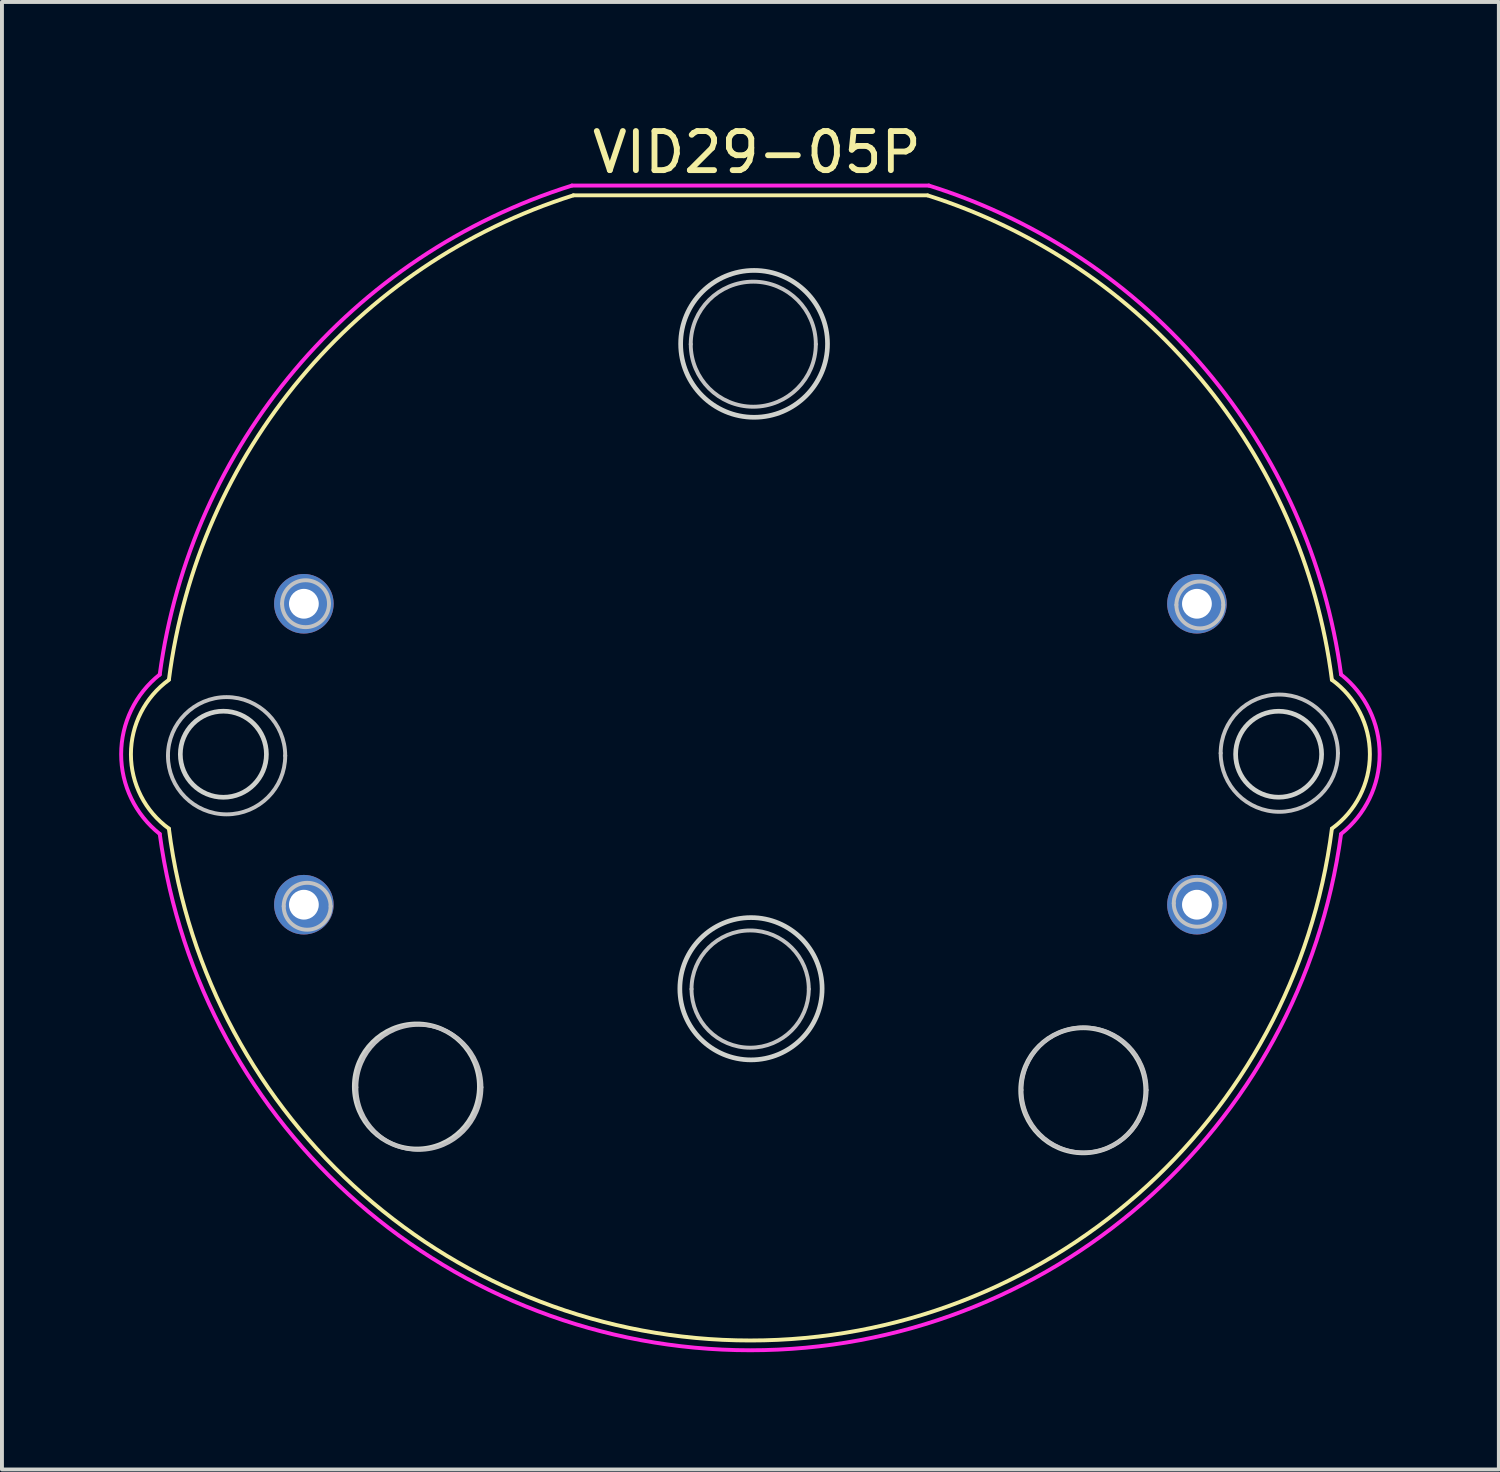
<source format=kicad_pcb>
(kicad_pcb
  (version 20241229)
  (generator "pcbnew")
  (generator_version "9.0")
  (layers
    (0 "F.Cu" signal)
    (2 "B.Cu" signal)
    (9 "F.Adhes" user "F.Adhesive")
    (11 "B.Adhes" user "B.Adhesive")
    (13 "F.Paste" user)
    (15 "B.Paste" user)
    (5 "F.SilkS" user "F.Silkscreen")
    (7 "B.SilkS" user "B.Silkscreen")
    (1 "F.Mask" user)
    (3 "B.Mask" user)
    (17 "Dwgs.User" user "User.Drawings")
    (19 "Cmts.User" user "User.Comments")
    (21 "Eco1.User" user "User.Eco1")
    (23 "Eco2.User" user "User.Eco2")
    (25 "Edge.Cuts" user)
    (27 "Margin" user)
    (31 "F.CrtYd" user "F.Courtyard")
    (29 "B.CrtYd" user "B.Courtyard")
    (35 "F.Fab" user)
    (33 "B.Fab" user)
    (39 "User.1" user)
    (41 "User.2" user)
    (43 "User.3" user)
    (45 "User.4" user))
  (footprint "VID29-05P"
    (layer "F.Cu")
    (at 16.165 16.248)
    (property "Reference" "VID29-05P" (at 0.15 -15.4 0) (layer "F.SilkS") (effects (font (size 1 1) (thickness 0.15))))
    (attr through_hole)
    (fp_line (start -4.544 -14.3) (end 4.514 -14.3) (stroke (width 0.1) (type solid)) (layer "F.SilkS"))
    (fp_arc (start -14.892514 -1.912994) (mid -11.526329 -9.617135) (end -4.543796 -14.299999) (stroke (width 0.1) (type solid)) (layer "F.SilkS"))
    (fp_arc (start -14.892154 1.904192) (mid -15.865 0.001014) (end -14.893796 -1.903003) (stroke (width 0.1) (type solid)) (layer "F.SilkS"))
    (fp_arc (start 4.523398 -14.296955) (mid 11.502785 -9.609402) (end 14.863796 -1.903003) (stroke (width 0.1) (type solid)) (layer "F.SilkS"))
    (fp_arc (start 14.862154 -1.904192) (mid 15.835 -0.001014) (end 14.863796 1.903003) (stroke (width 0.1) (type solid)) (layer "F.SilkS"))
    (fp_arc (start 14.863036 1.908935) (mid -0.01799 14.999999) (end -14.893796 1.903003) (stroke (width 0.1) (type solid)) (layer "F.SilkS"))
    (fp_arc (start -14.917391 0.038334) (mid -13.417391 -1.461666) (end -11.917391 0.038334) (stroke (width 0.1) (type solid)) (layer "Dwgs.User"))
    (fp_arc (start -11.997173 -3.851449) (mid -11.397173 -4.451449) (end -10.797173 -3.851449) (stroke (width 0.1) (type solid)) (layer "Dwgs.User"))
    (fp_arc (start -11.955869 3.889856) (mid -11.355869 3.289856) (end -10.755869 3.889856) (stroke (width 0.1) (type solid)) (layer "Dwgs.User"))
    (fp_arc (start -11.917391 0.038334) (mid -13.417391 1.538334) (end -14.917391 0.038334) (stroke (width 0.1) (type solid)) (layer "Dwgs.User"))
    (fp_arc (start -10.797173 -3.851449) (mid -11.397173 -3.251449) (end -11.997173 -3.851449) (stroke (width 0.1) (type solid)) (layer "Dwgs.User"))
    (fp_arc (start -10.755869 3.889856) (mid -11.355869 4.489856) (end -11.955869 3.889856) (stroke (width 0.1) (type solid)) (layer "Dwgs.User"))
    (fp_arc (start -10.096506 8.522767) (mid -8.496506 6.922767) (end -6.896506 8.522767) (stroke (width 0.1) (type solid)) (layer "Dwgs.User"))
    (fp_arc (start -6.896506 8.522767) (mid -8.496506 10.122767) (end -10.096506 8.522767) (stroke (width 0.1) (type solid)) (layer "Dwgs.User"))
    (fp_arc (start -1.541304 -10.491246) (mid 0.058696 -12.091246) (end 1.658696 -10.491246) (stroke (width 0.1) (type solid)) (layer "Dwgs.User"))
    (fp_arc (start -1.521506 6.00875) (mid -0.021506 4.50875) (end 1.478494 6.00875) (stroke (width 0.1) (type solid)) (layer "Dwgs.User"))
    (fp_arc (start 1.478494 6.00875) (mid -0.021506 7.50875) (end -1.521506 6.00875) (stroke (width 0.1) (type solid)) (layer "Dwgs.User"))
    (fp_arc (start 1.658696 -10.491246) (mid 0.058696 -8.891246) (end -1.541304 -10.491246) (stroke (width 0.1) (type solid)) (layer "Dwgs.User"))
    (fp_arc (start 6.921972 8.591246) (mid 8.521972 6.991246) (end 10.121972 8.591246) (stroke (width 0.1) (type solid)) (layer "Dwgs.User"))
    (fp_arc (start 10.121972 8.591246) (mid 8.521972 10.191246) (end 6.921972 8.591246) (stroke (width 0.1) (type solid)) (layer "Dwgs.User"))
    (fp_arc (start 10.816957 3.812682) (mid 11.416957 3.212682) (end 12.016957 3.812682) (stroke (width 0.1) (type solid)) (layer "Dwgs.User"))
    (fp_arc (start 10.884348 -3.819927) (mid 11.484348 -4.419927) (end 12.084348 -3.819927) (stroke (width 0.1) (type solid)) (layer "Dwgs.User"))
    (fp_arc (start 12.016957 3.812682) (mid 11.416957 4.412682) (end 10.816957 3.812682) (stroke (width 0.1) (type solid)) (layer "Dwgs.User"))
    (fp_arc (start 12.017392 -0.026884) (mid 13.517392 -1.526884) (end 15.017392 -0.026884) (stroke (width 0.1) (type solid)) (layer "Dwgs.User"))
    (fp_arc (start 12.084348 -3.819927) (mid 11.484348 -3.219927) (end 10.884348 -3.819927) (stroke (width 0.1) (type solid)) (layer "Dwgs.User"))
    (fp_arc (start 15.017392 -0.026884) (mid 13.517392 1.473116) (end 12.017392 -0.026884) (stroke (width 0.1) (type solid)) (layer "Dwgs.User"))
    (fp_circle (center -13.5 0) (end -12.65 0.7) (stroke (width 0.12) (type solid)) (fill no) (layer "Edge.Cuts"))
    (fp_circle (center -8.55 8.5) (end -6.95 8.5) (stroke (width 0.12) (type solid)) (fill no) (layer "Edge.Cuts"))
    (fp_circle (center 0 6) (end 1.45 7.1) (stroke (width 0.12) (type solid)) (fill no) (layer "Edge.Cuts"))
    (fp_circle (center 0.079 -10.5) (end 1.779 -9.7) (stroke (width 0.12) (type solid)) (fill no) (layer "Edge.Cuts"))
    (fp_circle (center 8.5 8.6) (end 10.1 8.6) (stroke (width 0.12) (type solid)) (fill no) (layer "Edge.Cuts"))
    (fp_circle (center 13.5 0) (end 14.6 0) (stroke (width 0.12) (type solid)) (fill no) (layer "Edge.Cuts"))
    (fp_line (start -4.582 -14.55) (end 4.552 -14.55) (stroke (width 0.1) (type solid)) (layer "F.CrtYd"))
    (fp_arc (start -15.128461 -2.036121) (mid -11.676137 -9.827531) (end -4.582274 -14.55) (stroke (width 0.1) (type solid)) (layer "F.CrtYd"))
    (fp_arc (start -15.128355 2.038892) (mid -16.114999 -0.000191) (end -15.128055 -2.03913) (stroke (width 0.1) (type solid)) (layer "F.CrtYd"))
    (fp_arc (start 4.549377 -14.550909) (mid 11.64418 -9.829853) (end 15.098055 -2.03913) (stroke (width 0.1) (type solid)) (layer "F.CrtYd"))
    (fp_arc (start 15.09693 2.047448) (mid -0.019197 15.249998) (end -15.128055 2.03913) (stroke (width 0.1) (type solid)) (layer "F.CrtYd"))
    (fp_arc (start 15.098355 -2.038892) (mid 16.084999 0.000191) (end 15.098055 2.03913) (stroke (width 0.1) (type solid)) (layer "F.CrtYd"))
    (pad "1" thru_hole circle (at -11.44 -3.85) (size 1.524 1.524) (drill 0.762) (layers "*.Cu" "*.Mask"))
    (pad "2" thru_hole circle (at -11.44 3.85) (size 1.524 1.524) (drill 0.762) (layers "*.Cu" "*.Mask"))
    (pad "3" thru_hole circle (at 11.41 3.85) (size 1.524 1.524) (drill 0.762) (layers "*.Cu" "*.Mask"))
    (pad "4" thru_hole circle (at 11.41 -3.85) (size 1.524 1.524) (drill 0.762) (layers "*.Cu" "*.Mask")))
  (gr_rect
    (start -3 -3)
    (end 35.3 34.548)
    (stroke (width 0.1) (type default))
    (fill no)
    (layer "Edge.Cuts")))
</source>
